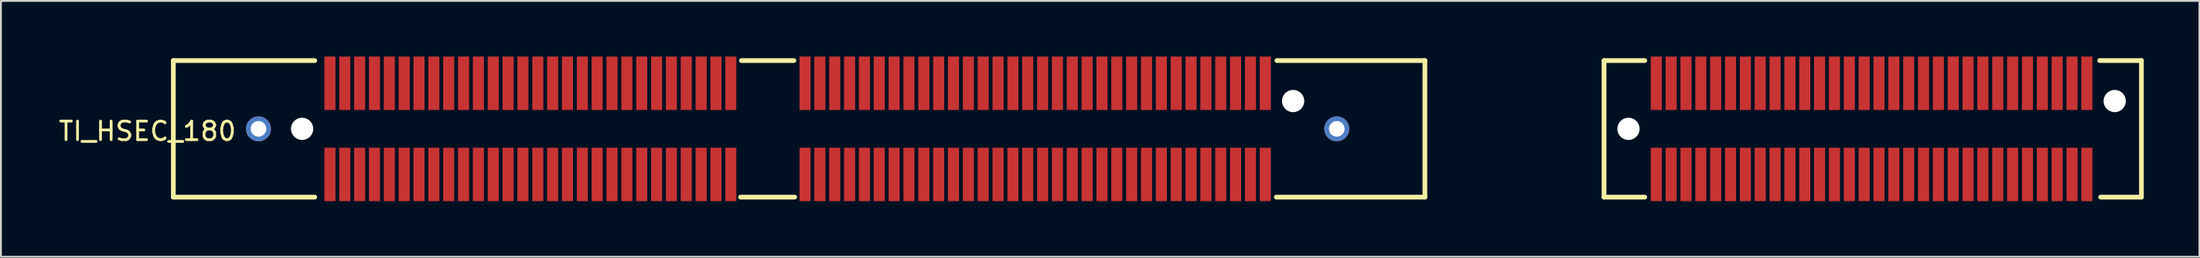
<source format=kicad_pcb>
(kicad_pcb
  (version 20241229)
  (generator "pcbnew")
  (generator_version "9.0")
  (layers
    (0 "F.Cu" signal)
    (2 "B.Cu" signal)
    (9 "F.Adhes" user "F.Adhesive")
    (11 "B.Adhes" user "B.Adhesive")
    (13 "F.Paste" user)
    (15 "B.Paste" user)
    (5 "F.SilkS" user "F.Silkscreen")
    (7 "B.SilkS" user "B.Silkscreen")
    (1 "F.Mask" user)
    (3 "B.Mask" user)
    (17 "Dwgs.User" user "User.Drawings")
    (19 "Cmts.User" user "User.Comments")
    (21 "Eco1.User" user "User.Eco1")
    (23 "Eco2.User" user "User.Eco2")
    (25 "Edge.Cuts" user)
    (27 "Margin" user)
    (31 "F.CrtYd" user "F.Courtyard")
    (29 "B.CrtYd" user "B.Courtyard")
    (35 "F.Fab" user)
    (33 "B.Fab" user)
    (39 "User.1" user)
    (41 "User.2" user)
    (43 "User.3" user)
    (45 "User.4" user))
  (footprint "TI_HSEC_180"
    (layer "F.Cu")
    (at 61.662 3.9)
    (property "Reference" "TI_HSEC_180" (at -56.769 0.127 180) (layer "F.SilkS") (effects (font (size 1.001 1.001) (thickness 0.15))))
    (attr through_hole)
    (fp_line (start -55.372 -3.683) (end -55.372 3.683) (stroke (width 0.254) (type solid)) (layer "F.SilkS"))
    (fp_line (start -55.372 3.683) (end -47.752 3.683) (stroke (width 0.254) (type solid)) (layer "F.SilkS"))
    (fp_line (start -47.752 -3.683) (end -55.372 -3.683) (stroke (width 0.254) (type solid)) (layer "F.SilkS"))
    (fp_line (start -24.811 3.683) (end -21.89 3.683) (stroke (width 0.254) (type solid)) (layer "F.SilkS"))
    (fp_line (start -24.765 -3.683) (end -21.933 -3.683) (stroke (width 0.254) (type solid)) (layer "F.SilkS"))
    (fp_line (start 4.09 -3.683) (end 12.065 -3.683) (stroke (width 0.254) (type solid)) (layer "F.SilkS"))
    (fp_line (start 12.065 -3.683) (end 12.065 3.683) (stroke (width 0.254) (type solid)) (layer "F.SilkS"))
    (fp_line (start 12.065 3.683) (end 4.06 3.683) (stroke (width 0.254) (type solid)) (layer "F.SilkS"))
    (fp_line (start 21.717 -3.683) (end 21.717 3.683) (stroke (width 0.254) (type solid)) (layer "F.SilkS"))
    (fp_line (start 21.717 3.683) (end 23.914 3.683) (stroke (width 0.254) (type solid)) (layer "F.SilkS"))
    (fp_line (start 23.914 -3.683) (end 21.717 -3.683) (stroke (width 0.254) (type solid)) (layer "F.SilkS"))
    (fp_line (start 48.425 -3.683) (end 50.673 -3.683) (stroke (width 0.254) (type solid)) (layer "F.SilkS"))
    (fp_line (start 50.673 -3.683) (end 50.673 3.683) (stroke (width 0.254) (type solid)) (layer "F.SilkS"))
    (fp_line (start 50.673 3.683) (end 48.476 3.683) (stroke (width 0.254) (type solid)) (layer "F.SilkS"))
    (pad "" np_thru_hole circle (at -48.434 0 180) (size 1.2 1.2) (drill 1.2) (layers "*.Cu" "*.Mask"))
    (pad "" np_thru_hole circle (at 4.965 -1.5 180) (size 1.2 1.2) (drill 1.2) (layers "*.Cu" "*.Mask"))
    (pad "" np_thru_hole circle (at 23.034 0 180) (size 1.2 1.2) (drill 1.2) (layers "*.Cu" "*.Mask"))
    (pad "" np_thru_hole circle (at 49.233 -1.5 180) (size 1.2 1.2) (drill 1.2) (layers "*.Cu" "*.Mask"))
    (pad "1" smd rect (at -46.934 2.46 180) (size 0.597 2.88) (layers "F.Cu" "F.Mask" "F.Paste"))
    (pad "2" smd rect (at -46.934 -2.46 180) (size 0.597 2.88) (layers "F.Cu" "F.Mask" "F.Paste"))
    (pad "3" smd rect (at -46.135 2.46 180) (size 0.597 2.88) (layers "F.Cu" "F.Mask" "F.Paste"))
    (pad "4" smd rect (at -46.135 -2.46 180) (size 0.597 2.88) (layers "F.Cu" "F.Mask" "F.Paste"))
    (pad "5" smd rect (at -45.334 2.46 180) (size 0.597 2.88) (layers "F.Cu" "F.Mask" "F.Paste"))
    (pad "6" smd rect (at -45.334 -2.46 180) (size 0.597 2.88) (layers "F.Cu" "F.Mask" "F.Paste"))
    (pad "7" smd rect (at -44.535 2.46 180) (size 0.597 2.88) (layers "F.Cu" "F.Mask" "F.Paste"))
    (pad "8" smd rect (at -44.535 -2.46 180) (size 0.597 2.88) (layers "F.Cu" "F.Mask" "F.Paste"))
    (pad "9" smd rect (at -43.734 2.46 180) (size 0.597 2.88) (layers "F.Cu" "F.Mask" "F.Paste"))
    (pad "10" smd rect (at -43.734 -2.46 180) (size 0.597 2.88) (layers "F.Cu" "F.Mask" "F.Paste"))
    (pad "11" smd rect (at -42.934 2.46 180) (size 0.597 2.88) (layers "F.Cu" "F.Mask" "F.Paste"))
    (pad "12" smd rect (at -42.934 -2.46 180) (size 0.597 2.88) (layers "F.Cu" "F.Mask" "F.Paste"))
    (pad "13" smd rect (at -42.135 2.46 180) (size 0.597 2.88) (layers "F.Cu" "F.Mask" "F.Paste"))
    (pad "14" smd rect (at -42.135 -2.46 180) (size 0.597 2.88) (layers "F.Cu" "F.Mask" "F.Paste"))
    (pad "15" smd rect (at -41.334 2.46 180) (size 0.597 2.88) (layers "F.Cu" "F.Mask" "F.Paste"))
    (pad "16" smd rect (at -41.334 -2.46 180) (size 0.597 2.88) (layers "F.Cu" "F.Mask" "F.Paste"))
    (pad "17" smd rect (at -40.535 2.46 180) (size 0.597 2.88) (layers "F.Cu" "F.Mask" "F.Paste"))
    (pad "18" smd rect (at -40.535 -2.46 180) (size 0.597 2.88) (layers "F.Cu" "F.Mask" "F.Paste"))
    (pad "19" smd rect (at -39.734 2.46 180) (size 0.597 2.88) (layers "F.Cu" "F.Mask" "F.Paste"))
    (pad "20" smd rect (at -39.734 -2.46 180) (size 0.597 2.88) (layers "F.Cu" "F.Mask" "F.Paste"))
    (pad "21" smd rect (at -38.934 2.46 180) (size 0.597 2.88) (layers "F.Cu" "F.Mask" "F.Paste"))
    (pad "22" smd rect (at -38.934 -2.46 180) (size 0.597 2.88) (layers "F.Cu" "F.Mask" "F.Paste"))
    (pad "23" smd rect (at -38.135 2.46 180) (size 0.597 2.88) (layers "F.Cu" "F.Mask" "F.Paste"))
    (pad "24" smd rect (at -38.135 -2.46 180) (size 0.597 2.88) (layers "F.Cu" "F.Mask" "F.Paste"))
    (pad "25" smd rect (at -37.334 2.46 180) (size 0.597 2.88) (layers "F.Cu" "F.Mask" "F.Paste"))
    (pad "26" smd rect (at -37.334 -2.46 180) (size 0.597 2.88) (layers "F.Cu" "F.Mask" "F.Paste"))
    (pad "27" smd rect (at -36.535 2.46 180) (size 0.597 2.88) (layers "F.Cu" "F.Mask" "F.Paste"))
    (pad "28" smd rect (at -36.535 -2.46 180) (size 0.597 2.88) (layers "F.Cu" "F.Mask" "F.Paste"))
    (pad "29" smd rect (at -35.734 2.46 180) (size 0.597 2.88) (layers "F.Cu" "F.Mask" "F.Paste"))
    (pad "30" smd rect (at -35.734 -2.46 180) (size 0.597 2.88) (layers "F.Cu" "F.Mask" "F.Paste"))
    (pad "31" smd rect (at -34.934 2.46 180) (size 0.597 2.88) (layers "F.Cu" "F.Mask" "F.Paste"))
    (pad "32" smd rect (at -34.934 -2.46 180) (size 0.597 2.88) (layers "F.Cu" "F.Mask" "F.Paste"))
    (pad "33" smd rect (at -34.135 2.46 180) (size 0.597 2.88) (layers "F.Cu" "F.Mask" "F.Paste"))
    (pad "34" smd rect (at -34.135 -2.46 180) (size 0.597 2.88) (layers "F.Cu" "F.Mask" "F.Paste"))
    (pad "35" smd rect (at -33.334 2.46 180) (size 0.597 2.88) (layers "F.Cu" "F.Mask" "F.Paste"))
    (pad "36" smd rect (at -33.334 -2.46 180) (size 0.597 2.88) (layers "F.Cu" "F.Mask" "F.Paste"))
    (pad "37" smd rect (at -32.535 2.46 180) (size 0.597 2.88) (layers "F.Cu" "F.Mask" "F.Paste"))
    (pad "38" smd rect (at -32.535 -2.46 180) (size 0.597 2.88) (layers "F.Cu" "F.Mask" "F.Paste"))
    (pad "39" smd rect (at -31.735 2.46 180) (size 0.597 2.88) (layers "F.Cu" "F.Mask" "F.Paste"))
    (pad "40" smd rect (at -31.735 -2.46 180) (size 0.597 2.88) (layers "F.Cu" "F.Mask" "F.Paste"))
    (pad "41" smd rect (at -30.934 2.46 180) (size 0.597 2.88) (layers "F.Cu" "F.Mask" "F.Paste"))
    (pad "42" smd rect (at -30.934 -2.46 180) (size 0.597 2.88) (layers "F.Cu" "F.Mask" "F.Paste"))
    (pad "43" smd rect (at -30.134 2.46 180) (size 0.597 2.88) (layers "F.Cu" "F.Mask" "F.Paste"))
    (pad "44" smd rect (at -30.134 -2.46 180) (size 0.597 2.88) (layers "F.Cu" "F.Mask" "F.Paste"))
    (pad "45" smd rect (at -29.334 2.46 180) (size 0.597 2.88) (layers "F.Cu" "F.Mask" "F.Paste"))
    (pad "46" smd rect (at -29.334 -2.46 180) (size 0.597 2.88) (layers "F.Cu" "F.Mask" "F.Paste"))
    (pad "47" smd rect (at -28.535 2.46 180) (size 0.597 2.88) (layers "F.Cu" "F.Mask" "F.Paste"))
    (pad "48" smd rect (at -28.535 -2.46 180) (size 0.597 2.88) (layers "F.Cu" "F.Mask" "F.Paste"))
    (pad "49" smd rect (at -27.735 2.46 180) (size 0.597 2.88) (layers "F.Cu" "F.Mask" "F.Paste"))
    (pad "50" smd rect (at -27.735 -2.46 180) (size 0.597 2.88) (layers "F.Cu" "F.Mask" "F.Paste"))
    (pad "51" smd rect (at -26.934 2.46 180) (size 0.597 2.88) (layers "F.Cu" "F.Mask" "F.Paste"))
    (pad "52" smd rect (at -26.934 -2.46 180) (size 0.597 2.88) (layers "F.Cu" "F.Mask" "F.Paste"))
    (pad "53" smd rect (at -26.134 2.46 180) (size 0.597 2.88) (layers "F.Cu" "F.Mask" "F.Paste"))
    (pad "54" smd rect (at -26.134 -2.46 180) (size 0.597 2.88) (layers "F.Cu" "F.Mask" "F.Paste"))
    (pad "55" smd rect (at -25.334 2.46 180) (size 0.597 2.88) (layers "F.Cu" "F.Mask" "F.Paste"))
    (pad "56" smd rect (at -25.334 -2.46 180) (size 0.597 2.88) (layers "F.Cu" "F.Mask" "F.Paste"))
    (pad "57" smd rect (at -21.334 2.46 180) (size 0.597 2.88) (layers "F.Cu" "F.Mask" "F.Paste"))
    (pad "58" smd rect (at -21.334 -2.46 180) (size 0.597 2.88) (layers "F.Cu" "F.Mask" "F.Paste"))
    (pad "59" smd rect (at -20.535 2.46 180) (size 0.597 2.88) (layers "F.Cu" "F.Mask" "F.Paste"))
    (pad "60" smd rect (at -20.535 -2.46 180) (size 0.597 2.88) (layers "F.Cu" "F.Mask" "F.Paste"))
    (pad "61" smd rect (at -19.735 2.46 180) (size 0.597 2.88) (layers "F.Cu" "F.Mask" "F.Paste"))
    (pad "62" smd rect (at -19.735 -2.46 180) (size 0.597 2.88) (layers "F.Cu" "F.Mask" "F.Paste"))
    (pad "63" smd rect (at -18.934 2.46 180) (size 0.597 2.88) (layers "F.Cu" "F.Mask" "F.Paste"))
    (pad "64" smd rect (at -18.934 -2.46 180) (size 0.597 2.88) (layers "F.Cu" "F.Mask" "F.Paste"))
    (pad "65" smd rect (at -18.134 2.46 180) (size 0.597 2.88) (layers "F.Cu" "F.Mask" "F.Paste"))
    (pad "66" smd rect (at -18.134 -2.46 180) (size 0.597 2.88) (layers "F.Cu" "F.Mask" "F.Paste"))
    (pad "67" smd rect (at -17.334 2.46 180) (size 0.597 2.88) (layers "F.Cu" "F.Mask" "F.Paste"))
    (pad "68" smd rect (at -17.334 -2.46 180) (size 0.597 2.88) (layers "F.Cu" "F.Mask" "F.Paste"))
    (pad "69" smd rect (at -16.535 2.46 180) (size 0.597 2.88) (layers "F.Cu" "F.Mask" "F.Paste"))
    (pad "70" smd rect (at -16.535 -2.46 180) (size 0.597 2.88) (layers "F.Cu" "F.Mask" "F.Paste"))
    (pad "71" smd rect (at -15.735 2.46 180) (size 0.597 2.88) (layers "F.Cu" "F.Mask" "F.Paste"))
    (pad "72" smd rect (at -15.735 -2.46 180) (size 0.597 2.88) (layers "F.Cu" "F.Mask" "F.Paste"))
    (pad "73" smd rect (at -14.934 2.46 180) (size 0.597 2.88) (layers "F.Cu" "F.Mask" "F.Paste"))
    (pad "74" smd rect (at -14.934 -2.46 180) (size 0.597 2.88) (layers "F.Cu" "F.Mask" "F.Paste"))
    (pad "75" smd rect (at -14.134 2.46 180) (size 0.597 2.88) (layers "F.Cu" "F.Mask" "F.Paste"))
    (pad "76" smd rect (at -14.134 -2.46 180) (size 0.597 2.88) (layers "F.Cu" "F.Mask" "F.Paste"))
    (pad "77" smd rect (at -13.335 2.46 180) (size 0.597 2.88) (layers "F.Cu" "F.Mask" "F.Paste"))
    (pad "78" smd rect (at -13.335 -2.46 180) (size 0.597 2.88) (layers "F.Cu" "F.Mask" "F.Paste"))
    (pad "79" smd rect (at -12.534 2.46 180) (size 0.597 2.88) (layers "F.Cu" "F.Mask" "F.Paste"))
    (pad "80" smd rect (at -12.534 -2.46 180) (size 0.597 2.88) (layers "F.Cu" "F.Mask" "F.Paste"))
    (pad "81" smd rect (at -11.735 2.46 180) (size 0.597 2.88) (layers "F.Cu" "F.Mask" "F.Paste"))
    (pad "82" smd rect (at -11.735 -2.46 180) (size 0.597 2.88) (layers "F.Cu" "F.Mask" "F.Paste"))
    (pad "83" smd rect (at -10.934 2.46 180) (size 0.597 2.88) (layers "F.Cu" "F.Mask" "F.Paste"))
    (pad "84" smd rect (at -10.934 -2.46 180) (size 0.597 2.88) (layers "F.Cu" "F.Mask" "F.Paste"))
    (pad "85" smd rect (at -10.134 2.46 180) (size 0.597 2.88) (layers "F.Cu" "F.Mask" "F.Paste"))
    (pad "86" smd rect (at -10.134 -2.46 180) (size 0.597 2.88) (layers "F.Cu" "F.Mask" "F.Paste"))
    (pad "87" smd rect (at -9.335 2.46 180) (size 0.597 2.88) (layers "F.Cu" "F.Mask" "F.Paste"))
    (pad "88" smd rect (at -9.335 -2.46 180) (size 0.597 2.88) (layers "F.Cu" "F.Mask" "F.Paste"))
    (pad "89" smd rect (at -8.534 2.46 180) (size 0.597 2.88) (layers "F.Cu" "F.Mask" "F.Paste"))
    (pad "90" smd rect (at -8.534 -2.46 180) (size 0.597 2.88) (layers "F.Cu" "F.Mask" "F.Paste"))
    (pad "91" smd rect (at -7.734 2.46 180) (size 0.597 2.88) (layers "F.Cu" "F.Mask" "F.Paste"))
    (pad "92" smd rect (at -7.734 -2.46 180) (size 0.597 2.88) (layers "F.Cu" "F.Mask" "F.Paste"))
    (pad "93" smd rect (at -6.934 2.46 180) (size 0.597 2.88) (layers "F.Cu" "F.Mask" "F.Paste"))
    (pad "94" smd rect (at -6.934 -2.46 180) (size 0.597 2.88) (layers "F.Cu" "F.Mask" "F.Paste"))
    (pad "95" smd rect (at -6.135 2.46 180) (size 0.597 2.88) (layers "F.Cu" "F.Mask" "F.Paste"))
    (pad "96" smd rect (at -6.135 -2.46 180) (size 0.597 2.88) (layers "F.Cu" "F.Mask" "F.Paste"))
    (pad "97" smd rect (at -5.335 2.46 180) (size 0.597 2.88) (layers "F.Cu" "F.Mask" "F.Paste"))
    (pad "98" smd rect (at -5.335 -2.46 180) (size 0.597 2.88) (layers "F.Cu" "F.Mask" "F.Paste"))
    (pad "99" smd rect (at -4.535 2.46 180) (size 0.597 2.88) (layers "F.Cu" "F.Mask" "F.Paste"))
    (pad "100" smd rect (at -4.535 -2.46 180) (size 0.597 2.88) (layers "F.Cu" "F.Mask" "F.Paste"))
    (pad "101" smd rect (at -3.735 2.46 180) (size 0.597 2.88) (layers "F.Cu" "F.Mask" "F.Paste"))
    (pad "102" smd rect (at -3.735 -2.46 180) (size 0.597 2.88) (layers "F.Cu" "F.Mask" "F.Paste"))
    (pad "103" smd rect (at -2.934 2.46 180) (size 0.597 2.88) (layers "F.Cu" "F.Mask" "F.Paste"))
    (pad "104" smd rect (at -2.934 -2.46 180) (size 0.597 2.88) (layers "F.Cu" "F.Mask" "F.Paste"))
    (pad "105" smd rect (at -2.135 2.46 180) (size 0.597 2.88) (layers "F.Cu" "F.Mask" "F.Paste"))
    (pad "106" smd rect (at -2.135 -2.46 180) (size 0.597 2.88) (layers "F.Cu" "F.Mask" "F.Paste"))
    (pad "107" smd rect (at -1.335 2.46 180) (size 0.597 2.88) (layers "F.Cu" "F.Mask" "F.Paste"))
    (pad "108" smd rect (at -1.335 -2.46 180) (size 0.597 2.88) (layers "F.Cu" "F.Mask" "F.Paste"))
    (pad "109" smd rect (at -0.534 2.46 180) (size 0.597 2.88) (layers "F.Cu" "F.Mask" "F.Paste"))
    (pad "110" smd rect (at -0.534 -2.46 180) (size 0.597 2.88) (layers "F.Cu" "F.Mask" "F.Paste"))
    (pad "111" smd rect (at 0.266 2.46 180) (size 0.597 2.88) (layers "F.Cu" "F.Mask" "F.Paste"))
    (pad "112" smd rect (at 0.266 -2.46 180) (size 0.597 2.88) (layers "F.Cu" "F.Mask" "F.Paste"))
    (pad "113" smd rect (at 1.065 2.46 180) (size 0.597 2.88) (layers "F.Cu" "F.Mask" "F.Paste"))
    (pad "114" smd rect (at 1.065 -2.46 180) (size 0.597 2.88) (layers "F.Cu" "F.Mask" "F.Paste"))
    (pad "115" smd rect (at 1.865 2.46 180) (size 0.597 2.88) (layers "F.Cu" "F.Mask" "F.Paste"))
    (pad "116" smd rect (at 1.865 -2.46 180) (size 0.597 2.88) (layers "F.Cu" "F.Mask" "F.Paste"))
    (pad "117" smd rect (at 2.666 2.46 180) (size 0.597 2.88) (layers "F.Cu" "F.Mask" "F.Paste"))
    (pad "118" smd rect (at 2.666 -2.46 180) (size 0.597 2.88) (layers "F.Cu" "F.Mask" "F.Paste"))
    (pad "119" smd rect (at 3.466 2.46 180) (size 0.597 2.88) (layers "F.Cu" "F.Mask" "F.Paste"))
    (pad "120" smd rect (at 3.466 -2.46 180) (size 0.597 2.88) (layers "F.Cu" "F.Mask" "F.Paste"))
    (pad "121" smd rect (at 24.534 2.46 180) (size 0.597 2.88) (layers "F.Cu" "F.Mask" "F.Paste"))
    (pad "122" smd rect (at 24.534 -2.46 180) (size 0.597 2.88) (layers "F.Cu" "F.Mask" "F.Paste"))
    (pad "123" smd rect (at 25.334 2.46 180) (size 0.597 2.88) (layers "F.Cu" "F.Mask" "F.Paste"))
    (pad "124" smd rect (at 25.334 -2.46 180) (size 0.597 2.88) (layers "F.Cu" "F.Mask" "F.Paste"))
    (pad "125" smd rect (at 26.134 2.46 180) (size 0.597 2.88) (layers "F.Cu" "F.Mask" "F.Paste"))
    (pad "126" smd rect (at 26.134 -2.46 180) (size 0.597 2.88) (layers "F.Cu" "F.Mask" "F.Paste"))
    (pad "127" smd rect (at 26.933 2.46 180) (size 0.597 2.88) (layers "F.Cu" "F.Mask" "F.Paste"))
    (pad "128" smd rect (at 26.933 -2.46 180) (size 0.597 2.88) (layers "F.Cu" "F.Mask" "F.Paste"))
    (pad "129" smd rect (at 27.733 2.46 180) (size 0.597 2.88) (layers "F.Cu" "F.Mask" "F.Paste"))
    (pad "130" smd rect (at 27.733 -2.46 180) (size 0.597 2.88) (layers "F.Cu" "F.Mask" "F.Paste"))
    (pad "131" smd rect (at 28.534 2.46 180) (size 0.597 2.88) (layers "F.Cu" "F.Mask" "F.Paste"))
    (pad "132" smd rect (at 28.534 -2.46 180) (size 0.597 2.88) (layers "F.Cu" "F.Mask" "F.Paste"))
    (pad "133" smd rect (at 29.334 2.46 180) (size 0.597 2.88) (layers "F.Cu" "F.Mask" "F.Paste"))
    (pad "134" smd rect (at 29.334 -2.46 180) (size 0.597 2.88) (layers "F.Cu" "F.Mask" "F.Paste"))
    (pad "135" smd rect (at 30.134 2.46 180) (size 0.597 2.88) (layers "F.Cu" "F.Mask" "F.Paste"))
    (pad "136" smd rect (at 30.134 -2.46 180) (size 0.597 2.88) (layers "F.Cu" "F.Mask" "F.Paste"))
    (pad "137" smd rect (at 30.933 2.46 180) (size 0.597 2.88) (layers "F.Cu" "F.Mask" "F.Paste"))
    (pad "138" smd rect (at 30.933 -2.46 180) (size 0.597 2.88) (layers "F.Cu" "F.Mask" "F.Paste"))
    (pad "139" smd rect (at 31.733 2.46 180) (size 0.597 2.88) (layers "F.Cu" "F.Mask" "F.Paste"))
    (pad "140" smd rect (at 31.733 -2.46 180) (size 0.597 2.88) (layers "F.Cu" "F.Mask" "F.Paste"))
    (pad "141" smd rect (at 32.533 2.46 180) (size 0.597 2.88) (layers "F.Cu" "F.Mask" "F.Paste"))
    (pad "142" smd rect (at 32.533 -2.46 180) (size 0.597 2.88) (layers "F.Cu" "F.Mask" "F.Paste"))
    (pad "143" smd rect (at 33.334 2.46 180) (size 0.597 2.88) (layers "F.Cu" "F.Mask" "F.Paste"))
    (pad "144" smd rect (at 33.334 -2.46 180) (size 0.597 2.88) (layers "F.Cu" "F.Mask" "F.Paste"))
    (pad "145" smd rect (at 34.133 2.46 180) (size 0.597 2.88) (layers "F.Cu" "F.Mask" "F.Paste"))
    (pad "146" smd rect (at 34.133 -2.46 180) (size 0.597 2.88) (layers "F.Cu" "F.Mask" "F.Paste"))
    (pad "147" smd rect (at 34.934 2.46 180) (size 0.597 2.88) (layers "F.Cu" "F.Mask" "F.Paste"))
    (pad "148" smd rect (at 34.934 -2.46 180) (size 0.597 2.88) (layers "F.Cu" "F.Mask" "F.Paste"))
    (pad "149" smd rect (at 35.733 2.46 180) (size 0.597 2.88) (layers "F.Cu" "F.Mask" "F.Paste"))
    (pad "150" smd rect (at 35.733 -2.46 180) (size 0.597 2.88) (layers "F.Cu" "F.Mask" "F.Paste"))
    (pad "151" smd rect (at 36.533 2.46 180) (size 0.597 2.88) (layers "F.Cu" "F.Mask" "F.Paste"))
    (pad "152" smd rect (at 36.533 -2.46 180) (size 0.597 2.88) (layers "F.Cu" "F.Mask" "F.Paste"))
    (pad "153" smd rect (at 37.334 2.46 180) (size 0.597 2.88) (layers "F.Cu" "F.Mask" "F.Paste"))
    (pad "154" smd rect (at 37.334 -2.46 180) (size 0.597 2.88) (layers "F.Cu" "F.Mask" "F.Paste"))
    (pad "155" smd rect (at 38.133 2.46 180) (size 0.597 2.88) (layers "F.Cu" "F.Mask" "F.Paste"))
    (pad "156" smd rect (at 38.133 -2.46 180) (size 0.597 2.88) (layers "F.Cu" "F.Mask" "F.Paste"))
    (pad "157" smd rect (at 38.934 2.46 180) (size 0.597 2.88) (layers "F.Cu" "F.Mask" "F.Paste"))
    (pad "158" smd rect (at 38.934 -2.46 180) (size 0.597 2.88) (layers "F.Cu" "F.Mask" "F.Paste"))
    (pad "159" smd rect (at 39.733 2.46 180) (size 0.597 2.88) (layers "F.Cu" "F.Mask" "F.Paste"))
    (pad "160" smd rect (at 39.733 -2.46 180) (size 0.597 2.88) (layers "F.Cu" "F.Mask" "F.Paste"))
    (pad "161" smd rect (at 40.533 2.46 180) (size 0.597 2.88) (layers "F.Cu" "F.Mask" "F.Paste"))
    (pad "162" smd rect (at 40.533 -2.46 180) (size 0.597 2.88) (layers "F.Cu" "F.Mask" "F.Paste"))
    (pad "163" smd rect (at 41.334 2.46 180) (size 0.597 2.88) (layers "F.Cu" "F.Mask" "F.Paste"))
    (pad "164" smd rect (at 41.334 -2.46 180) (size 0.597 2.88) (layers "F.Cu" "F.Mask" "F.Paste"))
    (pad "165" smd rect (at 42.133 2.46 180) (size 0.597 2.88) (layers "F.Cu" "F.Mask" "F.Paste"))
    (pad "166" smd rect (at 42.133 -2.46 180) (size 0.597 2.88) (layers "F.Cu" "F.Mask" "F.Paste"))
    (pad "167" smd rect (at 42.934 2.46 180) (size 0.597 2.88) (layers "F.Cu" "F.Mask" "F.Paste"))
    (pad "168" smd rect (at 42.934 -2.46 180) (size 0.597 2.88) (layers "F.Cu" "F.Mask" "F.Paste"))
    (pad "169" smd rect (at 43.733 2.46 180) (size 0.597 2.88) (layers "F.Cu" "F.Mask" "F.Paste"))
    (pad "170" smd rect (at 43.733 -2.46 180) (size 0.597 2.88) (layers "F.Cu" "F.Mask" "F.Paste"))
    (pad "171" smd rect (at 44.533 2.46 180) (size 0.597 2.88) (layers "F.Cu" "F.Mask" "F.Paste"))
    (pad "172" smd rect (at 44.533 -2.46 180) (size 0.597 2.88) (layers "F.Cu" "F.Mask" "F.Paste"))
    (pad "173" smd rect (at 45.334 2.46 180) (size 0.597 2.88) (layers "F.Cu" "F.Mask" "F.Paste"))
    (pad "174" smd rect (at 45.334 -2.46 180) (size 0.597 2.88) (layers "F.Cu" "F.Mask" "F.Paste"))
    (pad "175" smd rect (at 46.133 2.46 180) (size 0.597 2.88) (layers "F.Cu" "F.Mask" "F.Paste"))
    (pad "176" smd rect (at 46.133 -2.46 180) (size 0.597 2.88) (layers "F.Cu" "F.Mask" "F.Paste"))
    (pad "177" smd rect (at 46.934 2.46 180) (size 0.597 2.88) (layers "F.Cu" "F.Mask" "F.Paste"))
    (pad "178" smd rect (at 46.934 -2.46 180) (size 0.597 2.88) (layers "F.Cu" "F.Mask" "F.Paste"))
    (pad "179" smd rect (at 47.733 2.46 180) (size 0.597 2.88) (layers "F.Cu" "F.Mask" "F.Paste"))
    (pad "180" smd rect (at 47.733 -2.46 180) (size 0.597 2.88) (layers "F.Cu" "F.Mask" "F.Paste"))
    (pad "P1" thru_hole circle (at 7.316 0 180) (size 1.348 1.348) (drill 0.84) (layers "*.Cu" "*.Mask"))
    (pad "P2" thru_hole circle (at -50.785 0 180) (size 1.348 1.348) (drill 0.84) (layers "*.Cu" "*.Mask")))
  (gr_rect
    (start -3 -3)
    (end 115.462 10.8)
    (stroke (width 0.1) (type default))
    (fill no)
    (layer "Edge.Cuts")))
</source>
